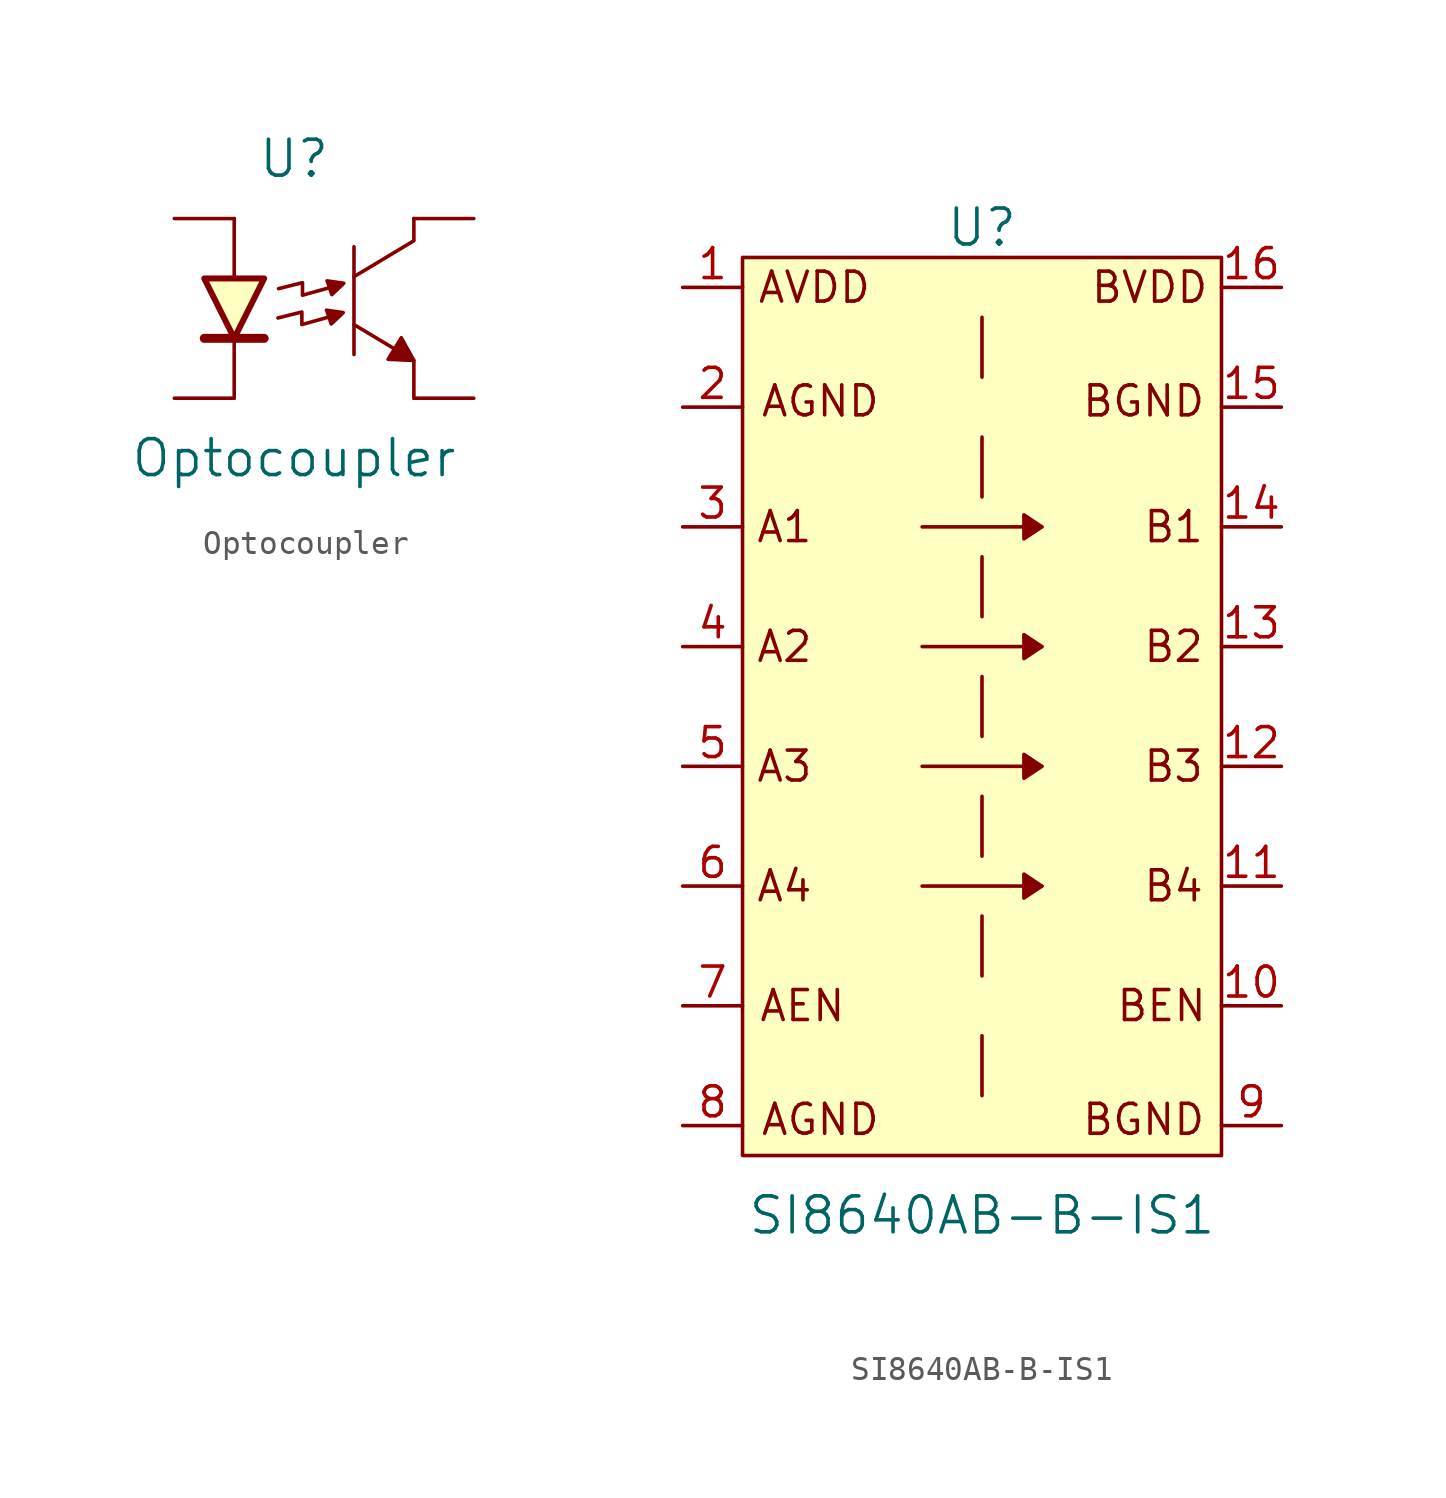
<source format=kicad_sym>
(kicad_symbol_lib
  (version 20211014)
  (generator kicad_symbol_editor)
  (symbol "Optocoupler"
    (pin_numbers hide)
    (pin_names
      (offset 0) hide)
    (property "Reference" "U"
      (at 0 7.62 0)
      (effects (font (size 1.524 1.524))))
    (property "Value" "Optocoupler"
      (at 0 -5.08 0)
      (effects (font (size 1.524 1.524))))
    (symbol "Optocoupler_0_1"
      (polyline (pts (xy -2.54 -2.54) (xy -2.54 0)) (stroke (width 0) (type default) (color 0 0 0 0)) (fill (type none)))
      (polyline (pts (xy -2.54 5.08) (xy -2.54 2.54)) (stroke (width 0) (type default) (color 0 0 0 0)) (fill (type none)))
      (polyline (pts (xy -1.27 0) (xy -3.81 0)) (stroke (width 0.381) (type default) (color 0 0 0 0)) (fill (type none)))
      (polyline (pts (xy 1.422 0.889) (xy 0.33 0.584)) (stroke (width 0) (type default) (color 0 0 0 0)) (fill (type none)))
      (polyline (pts (xy 1.448 2.134) (xy 0.356 1.829)) (stroke (width 0) (type default) (color 0 0 0 0)) (fill (type none)))
      (polyline (pts (xy 2.54 3.886) (xy 2.54 -0.686)) (stroke (width 0) (type default) (color 0 0 0 0)) (fill (type none)))
      (polyline (pts (xy 5.08 -2.54) (xy 5.08 -1.016)) (stroke (width 0) (type default) (color 0 0 0 0)) (fill (type none)))
      (polyline (pts (xy 5.08 -0.94) (xy 2.54 0.584)) (stroke (width 0) (type default) (color 0 0 0 0)) (fill (type none)))
      (polyline (pts (xy 5.08 4.14) (xy 2.54 2.616)) (stroke (width 0) (type default) (color 0 0 0 0)) (fill (type none)))
      (polyline (pts (xy 0.33 0.61) (xy 0.33 1.118) (xy -0.686 0.864)) (stroke (width 0) (type default) (color 0 0 0 0)) (fill (type none)))
      (polyline (pts (xy 0.356 1.854) (xy 0.356 2.362) (xy -0.66 2.108)) (stroke (width 0) (type default) (color 0 0 0 0)) (fill (type none)))
      (polyline (pts (xy 5.08 5.08) (xy 5.08 4.699) (xy 5.08 4.191)) (stroke (width 0) (type default) (color 0 0 0 0)) (fill (type none)))
      (polyline (pts (xy -3.81 2.54) (xy -1.27 2.54) (xy -2.54 0) (xy -3.81 2.54)) (stroke (width 0.254) (type default) (color 0 0 0 0)) (fill (type background)))
      (polyline (pts (xy 1.397 1.143) (xy 1.575 0.61) (xy 2.083 1.092) (xy 1.372 1.194)) (stroke (width 0) (type default) (color 0 0 0 0)) (fill (type outline)))
      (polyline (pts (xy 1.422 2.388) (xy 1.6 1.854) (xy 2.108 2.337) (xy 1.397 2.438)) (stroke (width 0) (type default) (color 0 0 0 0)) (fill (type outline)))
      (polyline (pts (xy 5.08 -0.94) (xy 4.547 0.025) (xy 3.988 -0.889) (xy 5.08 -0.94)) (stroke (width 0) (type default) (color 0 0 0 0)) (fill (type outline))))
    (symbol "Optocoupler_1_1"
      (pin input line (at -5.08 5.08 0) (length 2.54) (name "Anode" (effects (font (size 1.27 1.27)))) (number "~" (effects (font (size 1.27 1.27)))))
      (pin input line (at 7.62 5.08 180) (length 2.54) (name "C" (effects (font (size 1.27 1.27)))) (number "~" (effects (font (size 1.27 1.27)))))
      (pin input line (at -5.08 -2.54 0) (length 2.54) (name "Cathode" (effects (font (size 1.27 1.27)))) (number "~" (effects (font (size 1.27 1.27)))))
      (pin input line (at 7.62 -2.54 180) (length 2.54) (name "E" (effects (font (size 1.27 1.27)))) (number "~" (effects (font (size 1.27 1.27)))))))
  (symbol "SI8640AB-B-IS1"
    (pin_names
      (offset 0) hide)
    (property "Reference" "U"
      (at 0 20.32 0)
      (effects (font (size 1.524 1.524))))
    (property "Value" "SI8640AB-B-IS1"
      (at 0 -21.59 0)
      (effects (font (size 1.524 1.524))))
    (symbol "SI8640AB-B-IS1_0_0"
      (polyline (pts (xy -2.54 -7.62) (xy 2.54 -7.62)) (stroke (width 0) (type default) (color 0 0 0 0)) (fill (type none)))
      (polyline (pts (xy -2.54 -2.54) (xy 2.54 -2.54)) (stroke (width 0) (type default) (color 0 0 0 0)) (fill (type none)))
      (polyline (pts (xy -2.54 2.54) (xy 2.54 2.54)) (stroke (width 0) (type default) (color 0 0 0 0)) (fill (type none)))
      (polyline (pts (xy -2.54 7.62) (xy 2.54 7.62)) (stroke (width 0) (type default) (color 0 0 0 0)) (fill (type none)))
      (polyline (pts (xy 0 -13.97) (xy 0 -16.51)) (stroke (width 0) (type default) (color 0 0 0 0)) (fill (type none)))
      (polyline (pts (xy 0 -8.89) (xy 0 -11.43)) (stroke (width 0) (type default) (color 0 0 0 0)) (fill (type none)))
      (polyline (pts (xy 0 -3.81) (xy 0 -6.35)) (stroke (width 0) (type default) (color 0 0 0 0)) (fill (type none)))
      (polyline (pts (xy 0 1.27) (xy 0 -1.27)) (stroke (width 0) (type default) (color 0 0 0 0)) (fill (type none)))
      (polyline (pts (xy 0 6.35) (xy 0 3.81)) (stroke (width 0) (type default) (color 0 0 0 0)) (fill (type none)))
      (polyline (pts (xy 0 11.43) (xy 0 8.89)) (stroke (width 0) (type default) (color 0 0 0 0)) (fill (type none)))
      (polyline (pts (xy 0 16.51) (xy 0 13.97)) (stroke (width 0) (type default) (color 0 0 0 0)) (fill (type none)))
      (polyline (pts (xy 2.54 -7.62) (xy 1.778 -8.128) (xy 1.778 -7.112) (xy 2.54 -7.62)) (stroke (width 0) (type default) (color 0 0 0 0)) (fill (type outline)))
      (polyline (pts (xy 2.54 -2.54) (xy 1.778 -2.032) (xy 1.778 -3.048) (xy 2.54 -2.54)) (stroke (width 0) (type default) (color 0 0 0 0)) (fill (type outline)))
      (polyline (pts (xy 2.54 2.54) (xy 1.778 3.048) (xy 1.778 2.032) (xy 2.54 2.54)) (stroke (width 0) (type default) (color 0 0 0 0)) (fill (type outline)))
      (polyline (pts (xy 2.54 7.62) (xy 1.778 8.128) (xy 1.778 7.112) (xy 2.54 7.62)) (stroke (width 0) (type default) (color 0 0 0 0)) (fill (type outline)))
      (polyline (pts (xy -10.16 19.05) (xy 10.16 19.05) (xy 10.16 -19.05) (xy -10.16 -19.05) (xy -10.16 1.27) (xy -10.16 19.05)) (stroke (width 0) (type default) (color 0 0 0 0)) (fill (type background)))
      (text "A1" (at -8.382 7.62 0) (effects (font (size 1.27 1.27))))
      (text "A2" (at -8.382 2.54 0) (effects (font (size 1.27 1.27))))
      (text "A3" (at -8.382 -2.54 0) (effects (font (size 1.27 1.27))))
      (text "A4" (at -8.382 -7.62 0) (effects (font (size 1.27 1.27))))
      (text "AEN" (at -7.62 -12.7 0) (effects (font (size 1.27 1.27))))
      (text "AGND" (at -6.858 -17.526 0) (effects (font (size 1.27 1.27))))
      (text "AGND" (at -6.858 12.954 0) (effects (font (size 1.27 1.27))))
      (text "AVDD" (at -7.112 17.78 0) (effects (font (size 1.27 1.27))))
      (text "B1" (at 8.128 7.62 0) (effects (font (size 1.27 1.27))))
      (text "B2" (at 8.128 2.54 0) (effects (font (size 1.27 1.27))))
      (text "B3" (at 8.128 -2.54 0) (effects (font (size 1.27 1.27))))
      (text "B4" (at 8.128 -7.62 0) (effects (font (size 1.27 1.27))))
      (text "BEN" (at 7.62 -12.7 0) (effects (font (size 1.27 1.27))))
      (text "BGND" (at 6.858 -17.526 0) (effects (font (size 1.27 1.27))))
      (text "BGND" (at 6.858 12.954 0) (effects (font (size 1.27 1.27))))
      (text "BVDD" (at 7.112 17.78 0) (effects (font (size 1.27 1.27)))))
    (symbol "SI8640AB-B-IS1_1_1"
      (pin input line (at -12.7 17.78 0) (length 2.54) (name "AVDD" (effects (font (size 1.27 1.27)))) (number "1" (effects (font (size 1.27 1.27)))))
      (pin input line (at 12.7 -12.7 180) (length 2.54) (name "BEN" (effects (font (size 1.27 1.27)))) (number "10" (effects (font (size 1.27 1.27)))))
      (pin output line (at 12.7 -7.62 180) (length 2.54) (name "B4" (effects (font (size 1.27 1.27)))) (number "11" (effects (font (size 1.27 1.27)))))
      (pin output line (at 12.7 -2.54 180) (length 2.54) (name "B3" (effects (font (size 1.27 1.27)))) (number "12" (effects (font (size 1.27 1.27)))))
      (pin output line (at 12.7 2.54 180) (length 2.54) (name "B2" (effects (font (size 1.27 1.27)))) (number "13" (effects (font (size 1.27 1.27)))))
      (pin output line (at 12.7 7.62 180) (length 2.54) (name "B1" (effects (font (size 1.27 1.27)))) (number "14" (effects (font (size 1.27 1.27)))))
      (pin input line (at 12.7 12.7 180) (length 2.54) (name "BGND" (effects (font (size 1.27 1.27)))) (number "15" (effects (font (size 1.27 1.27)))))
      (pin input line (at 12.7 17.78 180) (length 2.54) (name "BVDD" (effects (font (size 1.27 1.27)))) (number "16" (effects (font (size 1.27 1.27)))))
      (pin input line (at -12.7 12.7 0) (length 2.54) (name "AGND" (effects (font (size 1.27 1.27)))) (number "2" (effects (font (size 1.27 1.27)))))
      (pin input line (at -12.7 7.62 0) (length 2.54) (name "A1" (effects (font (size 1.27 1.27)))) (number "3" (effects (font (size 1.27 1.27)))))
      (pin input line (at -12.7 2.54 0) (length 2.54) (name "A2" (effects (font (size 1.27 1.27)))) (number "4" (effects (font (size 1.27 1.27)))))
      (pin input line (at -12.7 -2.54 0) (length 2.54) (name "A3" (effects (font (size 1.27 1.27)))) (number "5" (effects (font (size 1.27 1.27)))))
      (pin input line (at -12.7 -7.62 0) (length 2.54) (name "A4" (effects (font (size 1.27 1.27)))) (number "6" (effects (font (size 1.27 1.27)))))
      (pin input line (at -12.7 -12.7 0) (length 2.54) (name "AEN" (effects (font (size 1.27 1.27)))) (number "7" (effects (font (size 1.27 1.27)))))
      (pin input line (at -12.7 -17.78 0) (length 2.54) (name "AGND" (effects (font (size 1.27 1.27)))) (number "8" (effects (font (size 1.27 1.27)))))
      (pin input line (at 12.7 -17.78 180) (length 2.54) (name "BGND" (effects (font (size 1.27 1.27)))) (number "9" (effects (font (size 1.27 1.27))))))))
</source>
